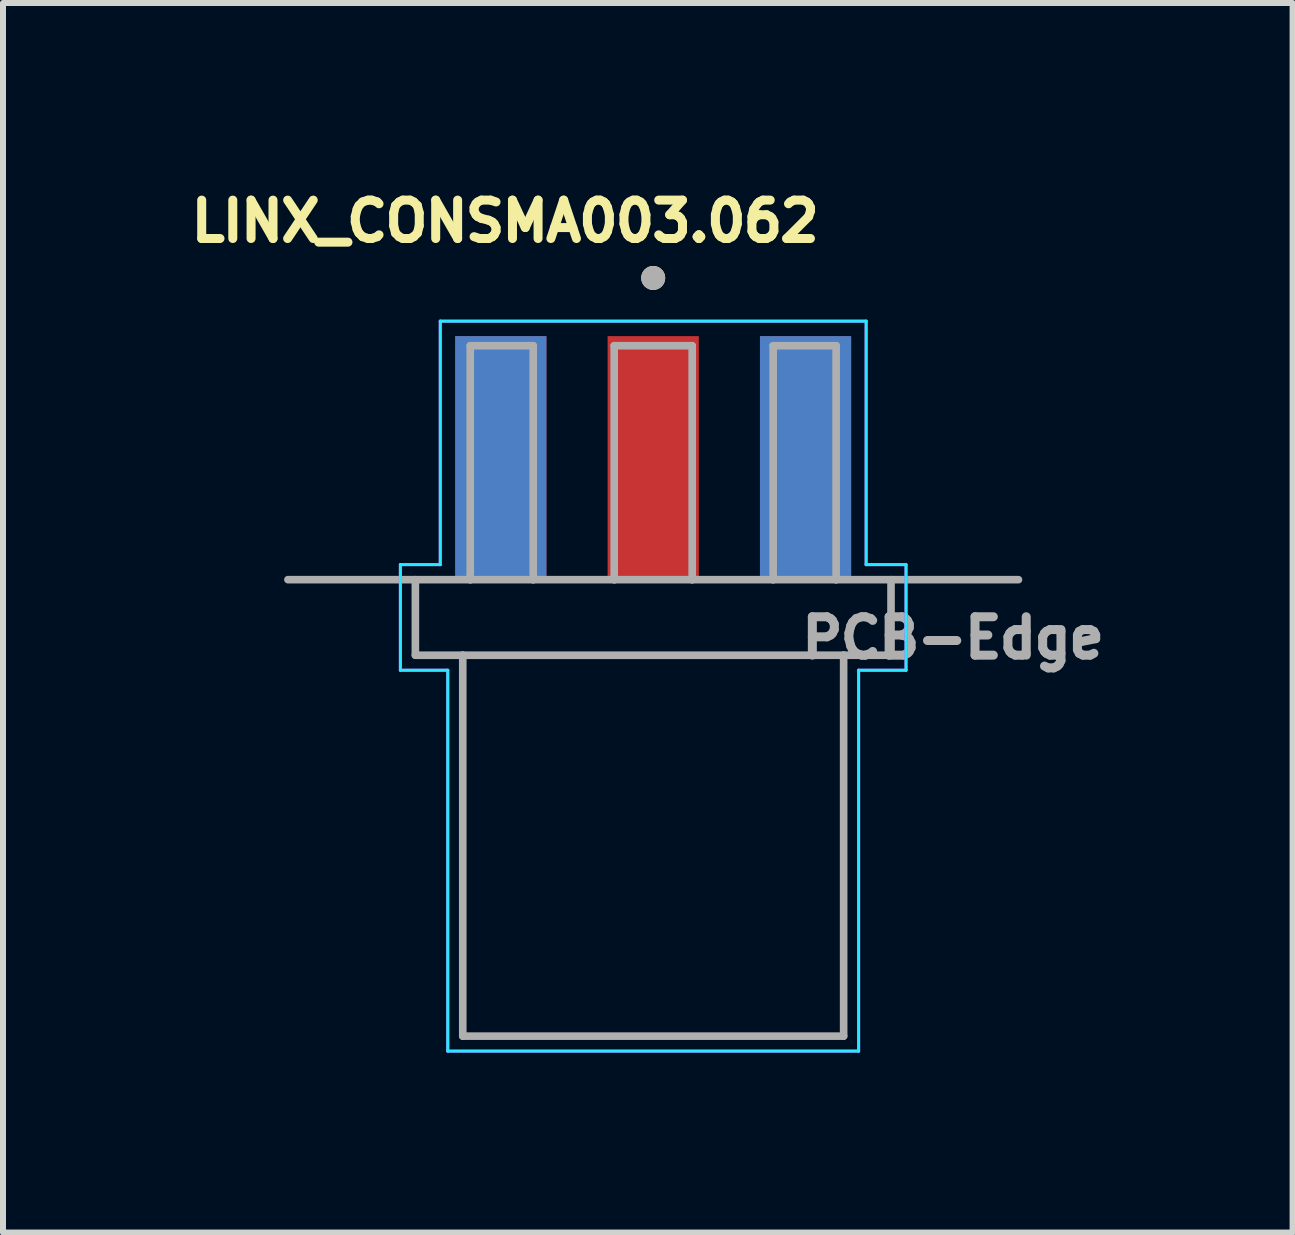
<source format=kicad_pcb>
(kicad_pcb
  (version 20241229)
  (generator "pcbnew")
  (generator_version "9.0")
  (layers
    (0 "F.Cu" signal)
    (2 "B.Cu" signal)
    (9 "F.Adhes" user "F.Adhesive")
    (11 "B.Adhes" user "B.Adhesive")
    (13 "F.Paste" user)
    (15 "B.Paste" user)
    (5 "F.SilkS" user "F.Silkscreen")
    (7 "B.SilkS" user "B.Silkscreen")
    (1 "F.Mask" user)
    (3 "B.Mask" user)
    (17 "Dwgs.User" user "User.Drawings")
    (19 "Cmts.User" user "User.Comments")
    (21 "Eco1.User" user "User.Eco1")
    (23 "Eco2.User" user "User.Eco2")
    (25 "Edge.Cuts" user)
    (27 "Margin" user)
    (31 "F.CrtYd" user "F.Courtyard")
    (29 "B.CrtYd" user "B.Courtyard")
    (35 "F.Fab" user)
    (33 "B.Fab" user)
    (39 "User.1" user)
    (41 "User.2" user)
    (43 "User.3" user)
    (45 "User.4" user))
  (footprint "LINX_CONSMA003.062"
    (layer "F.Cu")
    (at 7.84 6.614)
    (property "Reference" "LINX_CONSMA003.062" (at -2.468 -5.976 0) (layer "F.SilkS") (effects (font (size 0.64 0.64) (thickness 0.15))))
    (attr through_hole)
    (fp_circle (center 0 -5.03) (end 0.1 -5.03) (stroke (width 0.2) (type solid)) (fill no) (layer "F.SilkS"))
    (fp_line (start -4.215 -0.25) (end -4.215 1.51) (stroke (width 0.05) (type solid)) (layer "B.CrtYd"))
    (fp_line (start -4.215 1.51) (end -3.425 1.51) (stroke (width 0.05) (type solid)) (layer "B.CrtYd"))
    (fp_line (start -3.55 -4.31) (end -3.55 -0.25) (stroke (width 0.05) (type solid)) (layer "B.CrtYd"))
    (fp_line (start -3.55 -0.25) (end -4.215 -0.25) (stroke (width 0.05) (type solid)) (layer "B.CrtYd"))
    (fp_line (start -3.425 7.86) (end -3.425 1.51) (stroke (width 0.05) (type solid)) (layer "B.CrtYd"))
    (fp_line (start 3.425 1.51) (end 3.425 7.86) (stroke (width 0.05) (type solid)) (layer "B.CrtYd"))
    (fp_line (start 3.425 1.51) (end 4.215 1.51) (stroke (width 0.05) (type solid)) (layer "B.CrtYd"))
    (fp_line (start 3.425 7.86) (end -3.425 7.86) (stroke (width 0.05) (type solid)) (layer "B.CrtYd"))
    (fp_line (start 3.55 -4.31) (end -3.55 -4.31) (stroke (width 0.05) (type solid)) (layer "B.CrtYd"))
    (fp_line (start 3.55 -0.25) (end 3.55 -4.31) (stroke (width 0.05) (type solid)) (layer "B.CrtYd"))
    (fp_line (start 4.215 -0.25) (end 3.55 -0.25) (stroke (width 0.05) (type solid)) (layer "B.CrtYd"))
    (fp_line (start 4.215 1.51) (end 4.215 -0.25) (stroke (width 0.05) (type solid)) (layer "B.CrtYd"))
    (fp_line (start -4.215 -0.25) (end -4.215 1.51) (stroke (width 0.05) (type solid)) (layer "F.CrtYd"))
    (fp_line (start -4.215 1.51) (end -3.425 1.51) (stroke (width 0.05) (type solid)) (layer "F.CrtYd"))
    (fp_line (start -3.55 -4.31) (end -3.55 -0.25) (stroke (width 0.05) (type solid)) (layer "F.CrtYd"))
    (fp_line (start -3.55 -0.25) (end -4.215 -0.25) (stroke (width 0.05) (type solid)) (layer "F.CrtYd"))
    (fp_line (start -3.425 1.51) (end -3.425 7.86) (stroke (width 0.05) (type solid)) (layer "F.CrtYd"))
    (fp_line (start -3.425 7.86) (end 3.425 7.86) (stroke (width 0.05) (type solid)) (layer "F.CrtYd"))
    (fp_line (start 3.425 1.51) (end 4.215 1.51) (stroke (width 0.05) (type solid)) (layer "F.CrtYd"))
    (fp_line (start 3.425 7.86) (end 3.425 1.51) (stroke (width 0.05) (type solid)) (layer "F.CrtYd"))
    (fp_line (start 3.55 -4.31) (end -3.55 -4.31) (stroke (width 0.05) (type solid)) (layer "F.CrtYd"))
    (fp_line (start 3.55 -0.25) (end 3.55 -4.31) (stroke (width 0.05) (type solid)) (layer "F.CrtYd"))
    (fp_line (start 4.215 -0.25) (end 3.55 -0.25) (stroke (width 0.05) (type solid)) (layer "F.CrtYd"))
    (fp_line (start 4.215 1.51) (end 4.215 -0.25) (stroke (width 0.05) (type solid)) (layer "F.CrtYd"))
    (fp_line (start -6.09 0) (end -3.05 0) (stroke (width 0.127) (type solid)) (layer "F.Fab"))
    (fp_line (start -3.965 0) (end -3.965 1.26) (stroke (width 0.127) (type solid)) (layer "F.Fab"))
    (fp_line (start -3.965 1.26) (end -3.175 1.26) (stroke (width 0.127) (type solid)) (layer "F.Fab"))
    (fp_line (start -3.175 1.26) (end -3.175 7.61) (stroke (width 0.127) (type solid)) (layer "F.Fab"))
    (fp_line (start -3.175 1.26) (end 3.175 1.26) (stroke (width 0.127) (type solid)) (layer "F.Fab"))
    (fp_line (start -3.175 7.61) (end 3.175 7.61) (stroke (width 0.127) (type solid)) (layer "F.Fab"))
    (fp_line (start -3.05 -3.9) (end -3.05 0) (stroke (width 0.127) (type solid)) (layer "F.Fab"))
    (fp_line (start -3.05 0) (end -2 0) (stroke (width 0.127) (type solid)) (layer "F.Fab"))
    (fp_line (start -2 -3.9) (end -3.05 -3.9) (stroke (width 0.127) (type solid)) (layer "F.Fab"))
    (fp_line (start -2 0) (end -2 -3.9) (stroke (width 0.127) (type solid)) (layer "F.Fab"))
    (fp_line (start -2 0) (end -0.65 0) (stroke (width 0.127) (type solid)) (layer "F.Fab"))
    (fp_line (start -0.65 -3.9) (end 0.65 -3.9) (stroke (width 0.127) (type solid)) (layer "F.Fab"))
    (fp_line (start -0.65 0) (end -0.65 -3.9) (stroke (width 0.127) (type solid)) (layer "F.Fab"))
    (fp_line (start -0.65 0) (end 0.65 0) (stroke (width 0.127) (type solid)) (layer "F.Fab"))
    (fp_line (start 0.65 -3.9) (end 0.65 0) (stroke (width 0.127) (type solid)) (layer "F.Fab"))
    (fp_line (start 0.65 0) (end 2 0) (stroke (width 0.127) (type solid)) (layer "F.Fab"))
    (fp_line (start 2 -3.9) (end 3.05 -3.9) (stroke (width 0.127) (type solid)) (layer "F.Fab"))
    (fp_line (start 2 0) (end 2 -3.9) (stroke (width 0.127) (type solid)) (layer "F.Fab"))
    (fp_line (start 2 0) (end 3.05 0) (stroke (width 0.127) (type solid)) (layer "F.Fab"))
    (fp_line (start 3.05 -3.9) (end 3.05 0) (stroke (width 0.127) (type solid)) (layer "F.Fab"))
    (fp_line (start 3.05 0) (end 6.09 0) (stroke (width 0.127) (type solid)) (layer "F.Fab"))
    (fp_line (start 3.175 1.26) (end 3.965 1.26) (stroke (width 0.127) (type solid)) (layer "F.Fab"))
    (fp_line (start 3.175 7.61) (end 3.175 1.26) (stroke (width 0.127) (type solid)) (layer "F.Fab"))
    (fp_line (start 3.965 1.26) (end 3.965 0) (stroke (width 0.127) (type solid)) (layer "F.Fab"))
    (fp_circle (center 0 -5.03) (end 0.1 -5.03) (stroke (width 0.2) (type solid)) (fill no) (layer "F.Fab"))
    (fp_text user "PCB-Edge" (at 5 0.97 0) (layer "F.Fab") (effects (font (size 0.64 0.64) (thickness 0.15))))
    (pad "1" smd rect (at 0 -2.03) (size 1.52 4.06) (layers "F.Cu" "F.Mask" "F.Paste"))
    (pad "S1" smd rect (at -2.54 -2.03) (size 1.52 4.06) (layers "F.Cu" "F.Mask" "F.Paste"))
    (pad "S2" smd rect (at 2.54 -2.03) (size 1.52 4.06) (layers "F.Cu" "F.Mask" "F.Paste"))
    (pad "S3" smd rect (at -2.54 -2.03) (size 1.52 4.06) (layers "B.Cu" "B.Mask" "B.Paste"))
    (pad "S4" smd rect (at 2.54 -2.03) (size 1.52 4.06) (layers "B.Cu" "B.Mask" "B.Paste")))
  (gr_rect
    (start -3 -3)
    (end 18.5 17.499)
    (stroke (width 0.1) (type default))
    (fill no)
    (layer "Edge.Cuts")))
</source>
